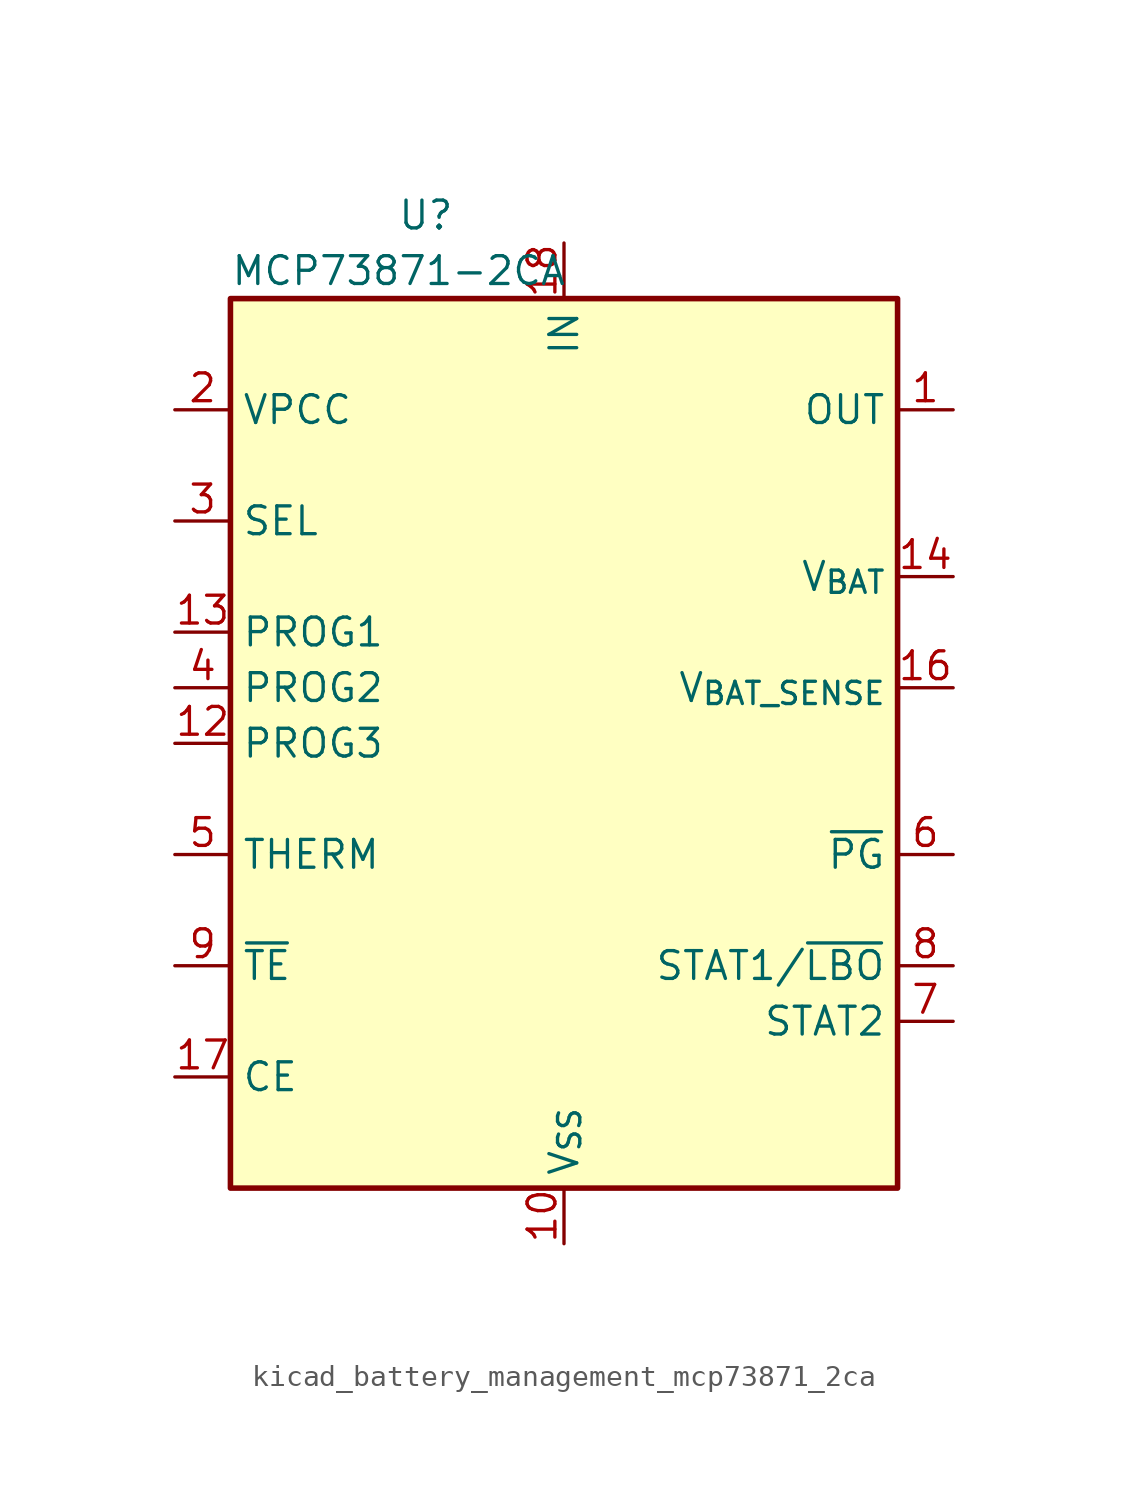
<source format=kicad_sym>
(kicad_symbol_lib
  (version 20220914)
  (generator kicad_symbol_editor)
  (symbol "kicad_battery_management_mcp73871_2ca"
    (property "Reference" "U"
      (at -7.62 24.13 0)
      (effects (font (size 1.27 1.27)) (justify left)))
    (property "Value" "MCP73871-2CA"
      (at -15.24 21.59 0)
      (effects (font (size 1.27 1.27)) (justify left)))
    (symbol "kicad_battery_management_mcp73871_2ca_0_1"
      (rectangle (start -15.24 20.32) (end 15.24 -20.32) (stroke (width 0.254) (type default)) (fill (type background))))
    (symbol "kicad_battery_management_mcp73871_2ca_1_1"
      (pin power_out line (at 17.78 15.24 180) (length 2.54) (name "OUT" (effects (font (size 1.27 1.27)))) (number "1" (effects (font (size 1.27 1.27)))))
      (pin power_in line (at 0 -22.86 90) (length 2.54) (name "V_{SS}" (effects (font (size 1.27 1.27)))) (number "10" (effects (font (size 1.27 1.27)))))
      (pin passive line (at 0 -22.86 90) (length 2.54) hide (name "V_{SS}" (effects (font (size 1.27 1.27)))) (number "11" (effects (font (size 1.27 1.27)))))
      (pin bidirectional line (at -17.78 0 0) (length 2.54) (name "PROG3" (effects (font (size 1.27 1.27)))) (number "12" (effects (font (size 1.27 1.27)))))
      (pin bidirectional line (at -17.78 5.08 0) (length 2.54) (name "PROG1" (effects (font (size 1.27 1.27)))) (number "13" (effects (font (size 1.27 1.27)))))
      (pin power_out line (at 17.78 7.62 180) (length 2.54) (name "V_{BAT}" (effects (font (size 1.27 1.27)))) (number "14" (effects (font (size 1.27 1.27)))))
      (pin passive line (at 17.78 7.62 180) (length 2.54) hide (name "V_{BAT}" (effects (font (size 1.27 1.27)))) (number "15" (effects (font (size 1.27 1.27)))))
      (pin input line (at 17.78 2.54 180) (length 2.54) (name "V_{BAT_SENSE}" (effects (font (size 1.27 1.27)))) (number "16" (effects (font (size 1.27 1.27)))))
      (pin input line (at -17.78 -15.24 0) (length 2.54) (name "CE" (effects (font (size 1.27 1.27)))) (number "17" (effects (font (size 1.27 1.27)))))
      (pin power_in line (at 0 22.86 270) (length 2.54) (name "IN" (effects (font (size 1.27 1.27)))) (number "18" (effects (font (size 1.27 1.27)))))
      (pin passive line (at 0 22.86 270) (length 2.54) hide (name "IN" (effects (font (size 1.27 1.27)))) (number "19" (effects (font (size 1.27 1.27)))))
      (pin input line (at -17.78 15.24 0) (length 2.54) (name "VPCC" (effects (font (size 1.27 1.27)))) (number "2" (effects (font (size 1.27 1.27)))))
      (pin passive line (at 17.78 15.24 180) (length 2.54) hide (name "OUT" (effects (font (size 1.27 1.27)))) (number "20" (effects (font (size 1.27 1.27)))))
      (pin passive line (at 0 -22.86 90) (length 2.54) hide (name "V_{SS}" (effects (font (size 1.27 1.27)))) (number "21" (effects (font (size 1.27 1.27)))))
      (pin input line (at -17.78 10.16 0) (length 2.54) (name "SEL" (effects (font (size 1.27 1.27)))) (number "3" (effects (font (size 1.27 1.27)))))
      (pin input line (at -17.78 2.54 0) (length 2.54) (name "PROG2" (effects (font (size 1.27 1.27)))) (number "4" (effects (font (size 1.27 1.27)))))
      (pin bidirectional line (at -17.78 -5.08 0) (length 2.54) (name "THERM" (effects (font (size 1.27 1.27)))) (number "5" (effects (font (size 1.27 1.27)))))
      (pin open_collector line (at 17.78 -5.08 180) (length 2.54) (name "~{PG}" (effects (font (size 1.27 1.27)))) (number "6" (effects (font (size 1.27 1.27)))))
      (pin open_collector line (at 17.78 -12.7 180) (length 2.54) (name "STAT2" (effects (font (size 1.27 1.27)))) (number "7" (effects (font (size 1.27 1.27)))))
      (pin open_collector line (at 17.78 -10.16 180) (length 2.54) (name "STAT1/~{LBO}" (effects (font (size 1.27 1.27)))) (number "8" (effects (font (size 1.27 1.27)))))
      (pin input line (at -17.78 -10.16 0) (length 2.54) (name "~{TE}" (effects (font (size 1.27 1.27)))) (number "9" (effects (font (size 1.27 1.27))))))))
</source>
